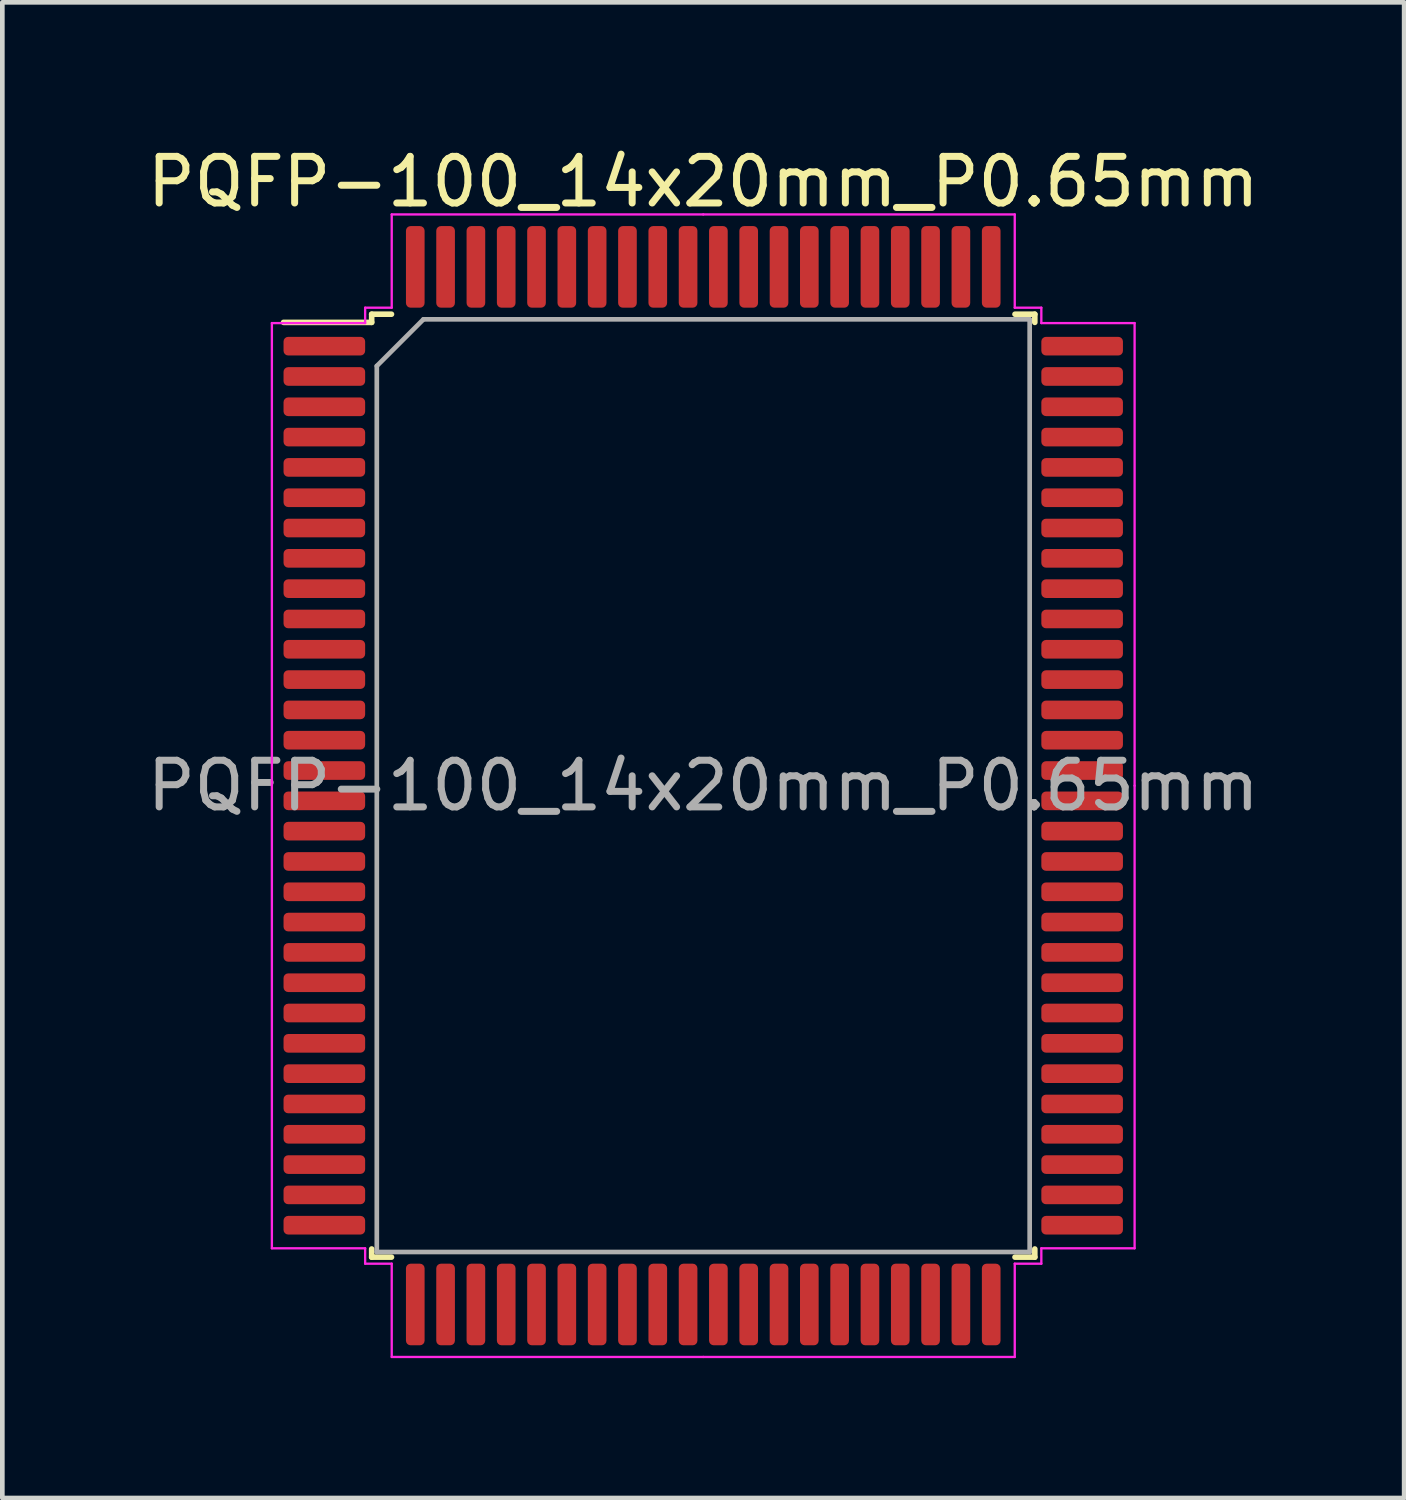
<source format=kicad_pcb>
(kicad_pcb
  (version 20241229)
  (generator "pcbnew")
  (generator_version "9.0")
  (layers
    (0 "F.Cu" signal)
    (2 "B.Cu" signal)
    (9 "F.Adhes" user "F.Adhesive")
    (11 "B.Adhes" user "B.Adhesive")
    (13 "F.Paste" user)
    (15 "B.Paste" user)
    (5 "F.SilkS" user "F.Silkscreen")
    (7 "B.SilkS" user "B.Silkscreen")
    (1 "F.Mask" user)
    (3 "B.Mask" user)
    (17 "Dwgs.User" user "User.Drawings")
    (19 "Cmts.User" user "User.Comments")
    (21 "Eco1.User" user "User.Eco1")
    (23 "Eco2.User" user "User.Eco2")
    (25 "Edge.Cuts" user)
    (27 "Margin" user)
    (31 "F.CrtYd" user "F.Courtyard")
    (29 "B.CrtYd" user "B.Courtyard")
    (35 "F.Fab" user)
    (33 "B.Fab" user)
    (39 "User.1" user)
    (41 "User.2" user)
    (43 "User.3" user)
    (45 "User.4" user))
  (footprint "PQFP-100_14x20mm_P0.65mm"
    (layer "F.Cu")
    (at 12.03 13.798)
    (property "Reference" "PQFP-100_14x20mm_P0.65mm" (at 0 -12.95 180) (layer "F.SilkS") (effects (font (size 1 1) (thickness 0.15))))
    (attr smd)
    (fp_line (start -7.11 -10.11) (end -7.11 -9.935) (stroke (width 0.12) (type solid)) (layer "F.SilkS"))
    (fp_line (start -7.11 -9.935) (end -9 -9.935) (stroke (width 0.12) (type solid)) (layer "F.SilkS"))
    (fp_line (start -7.11 10.11) (end -7.11 9.935) (stroke (width 0.12) (type solid)) (layer "F.SilkS"))
    (fp_line (start -6.685 -10.11) (end -7.11 -10.11) (stroke (width 0.12) (type solid)) (layer "F.SilkS"))
    (fp_line (start -6.685 10.11) (end -7.11 10.11) (stroke (width 0.12) (type solid)) (layer "F.SilkS"))
    (fp_line (start 6.685 -10.11) (end 7.11 -10.11) (stroke (width 0.12) (type solid)) (layer "F.SilkS"))
    (fp_line (start 6.685 10.11) (end 7.11 10.11) (stroke (width 0.12) (type solid)) (layer "F.SilkS"))
    (fp_line (start 7.11 -10.11) (end 7.11 -9.935) (stroke (width 0.12) (type solid)) (layer "F.SilkS"))
    (fp_line (start 7.11 10.11) (end 7.11 9.935) (stroke (width 0.12) (type solid)) (layer "F.SilkS"))
    (fp_line (start -9.25 -9.92) (end -9.25 0) (stroke (width 0.05) (type solid)) (layer "F.CrtYd"))
    (fp_line (start -9.25 9.92) (end -9.25 0) (stroke (width 0.05) (type solid)) (layer "F.CrtYd"))
    (fp_line (start -7.25 -10.25) (end -7.25 -9.92) (stroke (width 0.05) (type solid)) (layer "F.CrtYd"))
    (fp_line (start -7.25 -9.92) (end -9.25 -9.92) (stroke (width 0.05) (type solid)) (layer "F.CrtYd"))
    (fp_line (start -7.25 9.92) (end -9.25 9.92) (stroke (width 0.05) (type solid)) (layer "F.CrtYd"))
    (fp_line (start -7.25 10.25) (end -7.25 9.92) (stroke (width 0.05) (type solid)) (layer "F.CrtYd"))
    (fp_line (start -6.68 -12.25) (end -6.68 -10.25) (stroke (width 0.05) (type solid)) (layer "F.CrtYd"))
    (fp_line (start -6.68 -10.25) (end -7.25 -10.25) (stroke (width 0.05) (type solid)) (layer "F.CrtYd"))
    (fp_line (start -6.68 10.25) (end -7.25 10.25) (stroke (width 0.05) (type solid)) (layer "F.CrtYd"))
    (fp_line (start -6.68 12.25) (end -6.68 10.25) (stroke (width 0.05) (type solid)) (layer "F.CrtYd"))
    (fp_line (start 0 -12.25) (end -6.68 -12.25) (stroke (width 0.05) (type solid)) (layer "F.CrtYd"))
    (fp_line (start 0 -12.25) (end 6.68 -12.25) (stroke (width 0.05) (type solid)) (layer "F.CrtYd"))
    (fp_line (start 0 12.25) (end -6.68 12.25) (stroke (width 0.05) (type solid)) (layer "F.CrtYd"))
    (fp_line (start 0 12.25) (end 6.68 12.25) (stroke (width 0.05) (type solid)) (layer "F.CrtYd"))
    (fp_line (start 6.68 -12.25) (end 6.68 -10.25) (stroke (width 0.05) (type solid)) (layer "F.CrtYd"))
    (fp_line (start 6.68 -10.25) (end 7.25 -10.25) (stroke (width 0.05) (type solid)) (layer "F.CrtYd"))
    (fp_line (start 6.68 10.25) (end 7.25 10.25) (stroke (width 0.05) (type solid)) (layer "F.CrtYd"))
    (fp_line (start 6.68 12.25) (end 6.68 10.25) (stroke (width 0.05) (type solid)) (layer "F.CrtYd"))
    (fp_line (start 7.25 -10.25) (end 7.25 -9.92) (stroke (width 0.05) (type solid)) (layer "F.CrtYd"))
    (fp_line (start 7.25 -9.92) (end 9.25 -9.92) (stroke (width 0.05) (type solid)) (layer "F.CrtYd"))
    (fp_line (start 7.25 9.92) (end 9.25 9.92) (stroke (width 0.05) (type solid)) (layer "F.CrtYd"))
    (fp_line (start 7.25 10.25) (end 7.25 9.92) (stroke (width 0.05) (type solid)) (layer "F.CrtYd"))
    (fp_line (start 9.25 -9.92) (end 9.25 0) (stroke (width 0.05) (type solid)) (layer "F.CrtYd"))
    (fp_line (start 9.25 9.92) (end 9.25 0) (stroke (width 0.05) (type solid)) (layer "F.CrtYd"))
    (fp_line (start -7 -9) (end -6 -10) (stroke (width 0.1) (type solid)) (layer "F.Fab"))
    (fp_line (start -7 10) (end -7 -9) (stroke (width 0.1) (type solid)) (layer "F.Fab"))
    (fp_line (start -6 -10) (end 7 -10) (stroke (width 0.1) (type solid)) (layer "F.Fab"))
    (fp_line (start 7 -10) (end 7 10) (stroke (width 0.1) (type solid)) (layer "F.Fab"))
    (fp_line (start 7 10) (end -7 10) (stroke (width 0.1) (type solid)) (layer "F.Fab"))
    (fp_text user "${REFERENCE}" (at 0 0 180) (layer "F.Fab") (effects (font (size 1 1) (thickness 0.15))))
    (pad "1" smd roundrect (at -8.125 -9.425) (size 1.75 0.4) (layers "F.Cu" "F.Mask" "F.Paste") (roundrect_rratio 0.25))
    (pad "2" smd roundrect (at -8.125 -8.775) (size 1.75 0.4) (layers "F.Cu" "F.Mask" "F.Paste") (roundrect_rratio 0.25))
    (pad "3" smd roundrect (at -8.125 -8.125) (size 1.75 0.4) (layers "F.Cu" "F.Mask" "F.Paste") (roundrect_rratio 0.25))
    (pad "4" smd roundrect (at -8.125 -7.475) (size 1.75 0.4) (layers "F.Cu" "F.Mask" "F.Paste") (roundrect_rratio 0.25))
    (pad "5" smd roundrect (at -8.125 -6.825) (size 1.75 0.4) (layers "F.Cu" "F.Mask" "F.Paste") (roundrect_rratio 0.25))
    (pad "6" smd roundrect (at -8.125 -6.175) (size 1.75 0.4) (layers "F.Cu" "F.Mask" "F.Paste") (roundrect_rratio 0.25))
    (pad "7" smd roundrect (at -8.125 -5.525) (size 1.75 0.4) (layers "F.Cu" "F.Mask" "F.Paste") (roundrect_rratio 0.25))
    (pad "8" smd roundrect (at -8.125 -4.875) (size 1.75 0.4) (layers "F.Cu" "F.Mask" "F.Paste") (roundrect_rratio 0.25))
    (pad "9" smd roundrect (at -8.125 -4.225) (size 1.75 0.4) (layers "F.Cu" "F.Mask" "F.Paste") (roundrect_rratio 0.25))
    (pad "10" smd roundrect (at -8.125 -3.575) (size 1.75 0.4) (layers "F.Cu" "F.Mask" "F.Paste") (roundrect_rratio 0.25))
    (pad "11" smd roundrect (at -8.125 -2.925) (size 1.75 0.4) (layers "F.Cu" "F.Mask" "F.Paste") (roundrect_rratio 0.25))
    (pad "12" smd roundrect (at -8.125 -2.275) (size 1.75 0.4) (layers "F.Cu" "F.Mask" "F.Paste") (roundrect_rratio 0.25))
    (pad "13" smd roundrect (at -8.125 -1.625) (size 1.75 0.4) (layers "F.Cu" "F.Mask" "F.Paste") (roundrect_rratio 0.25))
    (pad "14" smd roundrect (at -8.125 -0.975) (size 1.75 0.4) (layers "F.Cu" "F.Mask" "F.Paste") (roundrect_rratio 0.25))
    (pad "15" smd roundrect (at -8.125 -0.325) (size 1.75 0.4) (layers "F.Cu" "F.Mask" "F.Paste") (roundrect_rratio 0.25))
    (pad "16" smd roundrect (at -8.125 0.325) (size 1.75 0.4) (layers "F.Cu" "F.Mask" "F.Paste") (roundrect_rratio 0.25))
    (pad "17" smd roundrect (at -8.125 0.975) (size 1.75 0.4) (layers "F.Cu" "F.Mask" "F.Paste") (roundrect_rratio 0.25))
    (pad "18" smd roundrect (at -8.125 1.625) (size 1.75 0.4) (layers "F.Cu" "F.Mask" "F.Paste") (roundrect_rratio 0.25))
    (pad "19" smd roundrect (at -8.125 2.275) (size 1.75 0.4) (layers "F.Cu" "F.Mask" "F.Paste") (roundrect_rratio 0.25))
    (pad "20" smd roundrect (at -8.125 2.925) (size 1.75 0.4) (layers "F.Cu" "F.Mask" "F.Paste") (roundrect_rratio 0.25))
    (pad "21" smd roundrect (at -8.125 3.575) (size 1.75 0.4) (layers "F.Cu" "F.Mask" "F.Paste") (roundrect_rratio 0.25))
    (pad "22" smd roundrect (at -8.125 4.225) (size 1.75 0.4) (layers "F.Cu" "F.Mask" "F.Paste") (roundrect_rratio 0.25))
    (pad "23" smd roundrect (at -8.125 4.875) (size 1.75 0.4) (layers "F.Cu" "F.Mask" "F.Paste") (roundrect_rratio 0.25))
    (pad "24" smd roundrect (at -8.125 5.525) (size 1.75 0.4) (layers "F.Cu" "F.Mask" "F.Paste") (roundrect_rratio 0.25))
    (pad "25" smd roundrect (at -8.125 6.175) (size 1.75 0.4) (layers "F.Cu" "F.Mask" "F.Paste") (roundrect_rratio 0.25))
    (pad "26" smd roundrect (at -8.125 6.825) (size 1.75 0.4) (layers "F.Cu" "F.Mask" "F.Paste") (roundrect_rratio 0.25))
    (pad "27" smd roundrect (at -8.125 7.475) (size 1.75 0.4) (layers "F.Cu" "F.Mask" "F.Paste") (roundrect_rratio 0.25))
    (pad "28" smd roundrect (at -8.125 8.125) (size 1.75 0.4) (layers "F.Cu" "F.Mask" "F.Paste") (roundrect_rratio 0.25))
    (pad "29" smd roundrect (at -8.125 8.775) (size 1.75 0.4) (layers "F.Cu" "F.Mask" "F.Paste") (roundrect_rratio 0.25))
    (pad "30" smd roundrect (at -8.125 9.425) (size 1.75 0.4) (layers "F.Cu" "F.Mask" "F.Paste") (roundrect_rratio 0.25))
    (pad "31" smd roundrect (at -6.175 11.125) (size 0.4 1.75) (layers "F.Cu" "F.Mask" "F.Paste") (roundrect_rratio 0.25))
    (pad "32" smd roundrect (at -5.525 11.125) (size 0.4 1.75) (layers "F.Cu" "F.Mask" "F.Paste") (roundrect_rratio 0.25))
    (pad "33" smd roundrect (at -4.875 11.125) (size 0.4 1.75) (layers "F.Cu" "F.Mask" "F.Paste") (roundrect_rratio 0.25))
    (pad "34" smd roundrect (at -4.225 11.125) (size 0.4 1.75) (layers "F.Cu" "F.Mask" "F.Paste") (roundrect_rratio 0.25))
    (pad "35" smd roundrect (at -3.575 11.125) (size 0.4 1.75) (layers "F.Cu" "F.Mask" "F.Paste") (roundrect_rratio 0.25))
    (pad "36" smd roundrect (at -2.925 11.125) (size 0.4 1.75) (layers "F.Cu" "F.Mask" "F.Paste") (roundrect_rratio 0.25))
    (pad "37" smd roundrect (at -2.275 11.125) (size 0.4 1.75) (layers "F.Cu" "F.Mask" "F.Paste") (roundrect_rratio 0.25))
    (pad "38" smd roundrect (at -1.625 11.125) (size 0.4 1.75) (layers "F.Cu" "F.Mask" "F.Paste") (roundrect_rratio 0.25))
    (pad "39" smd roundrect (at -0.975 11.125) (size 0.4 1.75) (layers "F.Cu" "F.Mask" "F.Paste") (roundrect_rratio 0.25))
    (pad "40" smd roundrect (at -0.325 11.125) (size 0.4 1.75) (layers "F.Cu" "F.Mask" "F.Paste") (roundrect_rratio 0.25))
    (pad "41" smd roundrect (at 0.325 11.125) (size 0.4 1.75) (layers "F.Cu" "F.Mask" "F.Paste") (roundrect_rratio 0.25))
    (pad "42" smd roundrect (at 0.975 11.125) (size 0.4 1.75) (layers "F.Cu" "F.Mask" "F.Paste") (roundrect_rratio 0.25))
    (pad "43" smd roundrect (at 1.625 11.125) (size 0.4 1.75) (layers "F.Cu" "F.Mask" "F.Paste") (roundrect_rratio 0.25))
    (pad "44" smd roundrect (at 2.275 11.125) (size 0.4 1.75) (layers "F.Cu" "F.Mask" "F.Paste") (roundrect_rratio 0.25))
    (pad "45" smd roundrect (at 2.925 11.125) (size 0.4 1.75) (layers "F.Cu" "F.Mask" "F.Paste") (roundrect_rratio 0.25))
    (pad "46" smd roundrect (at 3.575 11.125) (size 0.4 1.75) (layers "F.Cu" "F.Mask" "F.Paste") (roundrect_rratio 0.25))
    (pad "47" smd roundrect (at 4.225 11.125) (size 0.4 1.75) (layers "F.Cu" "F.Mask" "F.Paste") (roundrect_rratio 0.25))
    (pad "48" smd roundrect (at 4.875 11.125) (size 0.4 1.75) (layers "F.Cu" "F.Mask" "F.Paste") (roundrect_rratio 0.25))
    (pad "49" smd roundrect (at 5.525 11.125) (size 0.4 1.75) (layers "F.Cu" "F.Mask" "F.Paste") (roundrect_rratio 0.25))
    (pad "50" smd roundrect (at 6.175 11.125) (size 0.4 1.75) (layers "F.Cu" "F.Mask" "F.Paste") (roundrect_rratio 0.25))
    (pad "51" smd roundrect (at 8.125 9.425) (size 1.75 0.4) (layers "F.Cu" "F.Mask" "F.Paste") (roundrect_rratio 0.25))
    (pad "52" smd roundrect (at 8.125 8.775) (size 1.75 0.4) (layers "F.Cu" "F.Mask" "F.Paste") (roundrect_rratio 0.25))
    (pad "53" smd roundrect (at 8.125 8.125) (size 1.75 0.4) (layers "F.Cu" "F.Mask" "F.Paste") (roundrect_rratio 0.25))
    (pad "54" smd roundrect (at 8.125 7.475) (size 1.75 0.4) (layers "F.Cu" "F.Mask" "F.Paste") (roundrect_rratio 0.25))
    (pad "55" smd roundrect (at 8.125 6.825) (size 1.75 0.4) (layers "F.Cu" "F.Mask" "F.Paste") (roundrect_rratio 0.25))
    (pad "56" smd roundrect (at 8.125 6.175) (size 1.75 0.4) (layers "F.Cu" "F.Mask" "F.Paste") (roundrect_rratio 0.25))
    (pad "57" smd roundrect (at 8.125 5.525) (size 1.75 0.4) (layers "F.Cu" "F.Mask" "F.Paste") (roundrect_rratio 0.25))
    (pad "58" smd roundrect (at 8.125 4.875) (size 1.75 0.4) (layers "F.Cu" "F.Mask" "F.Paste") (roundrect_rratio 0.25))
    (pad "59" smd roundrect (at 8.125 4.225) (size 1.75 0.4) (layers "F.Cu" "F.Mask" "F.Paste") (roundrect_rratio 0.25))
    (pad "60" smd roundrect (at 8.125 3.575) (size 1.75 0.4) (layers "F.Cu" "F.Mask" "F.Paste") (roundrect_rratio 0.25))
    (pad "61" smd roundrect (at 8.125 2.925) (size 1.75 0.4) (layers "F.Cu" "F.Mask" "F.Paste") (roundrect_rratio 0.25))
    (pad "62" smd roundrect (at 8.125 2.275) (size 1.75 0.4) (layers "F.Cu" "F.Mask" "F.Paste") (roundrect_rratio 0.25))
    (pad "63" smd roundrect (at 8.125 1.625) (size 1.75 0.4) (layers "F.Cu" "F.Mask" "F.Paste") (roundrect_rratio 0.25))
    (pad "64" smd roundrect (at 8.125 0.975) (size 1.75 0.4) (layers "F.Cu" "F.Mask" "F.Paste") (roundrect_rratio 0.25))
    (pad "65" smd roundrect (at 8.125 0.325) (size 1.75 0.4) (layers "F.Cu" "F.Mask" "F.Paste") (roundrect_rratio 0.25))
    (pad "66" smd roundrect (at 8.125 -0.325) (size 1.75 0.4) (layers "F.Cu" "F.Mask" "F.Paste") (roundrect_rratio 0.25))
    (pad "67" smd roundrect (at 8.125 -0.975) (size 1.75 0.4) (layers "F.Cu" "F.Mask" "F.Paste") (roundrect_rratio 0.25))
    (pad "68" smd roundrect (at 8.125 -1.625) (size 1.75 0.4) (layers "F.Cu" "F.Mask" "F.Paste") (roundrect_rratio 0.25))
    (pad "69" smd roundrect (at 8.125 -2.275) (size 1.75 0.4) (layers "F.Cu" "F.Mask" "F.Paste") (roundrect_rratio 0.25))
    (pad "70" smd roundrect (at 8.125 -2.925) (size 1.75 0.4) (layers "F.Cu" "F.Mask" "F.Paste") (roundrect_rratio 0.25))
    (pad "71" smd roundrect (at 8.125 -3.575) (size 1.75 0.4) (layers "F.Cu" "F.Mask" "F.Paste") (roundrect_rratio 0.25))
    (pad "72" smd roundrect (at 8.125 -4.225) (size 1.75 0.4) (layers "F.Cu" "F.Mask" "F.Paste") (roundrect_rratio 0.25))
    (pad "73" smd roundrect (at 8.125 -4.875) (size 1.75 0.4) (layers "F.Cu" "F.Mask" "F.Paste") (roundrect_rratio 0.25))
    (pad "74" smd roundrect (at 8.125 -5.525) (size 1.75 0.4) (layers "F.Cu" "F.Mask" "F.Paste") (roundrect_rratio 0.25))
    (pad "75" smd roundrect (at 8.125 -6.175) (size 1.75 0.4) (layers "F.Cu" "F.Mask" "F.Paste") (roundrect_rratio 0.25))
    (pad "76" smd roundrect (at 8.125 -6.825) (size 1.75 0.4) (layers "F.Cu" "F.Mask" "F.Paste") (roundrect_rratio 0.25))
    (pad "77" smd roundrect (at 8.125 -7.475) (size 1.75 0.4) (layers "F.Cu" "F.Mask" "F.Paste") (roundrect_rratio 0.25))
    (pad "78" smd roundrect (at 8.125 -8.125) (size 1.75 0.4) (layers "F.Cu" "F.Mask" "F.Paste") (roundrect_rratio 0.25))
    (pad "79" smd roundrect (at 8.125 -8.775) (size 1.75 0.4) (layers "F.Cu" "F.Mask" "F.Paste") (roundrect_rratio 0.25))
    (pad "80" smd roundrect (at 8.125 -9.425) (size 1.75 0.4) (layers "F.Cu" "F.Mask" "F.Paste") (roundrect_rratio 0.25))
    (pad "81" smd roundrect (at 6.175 -11.125) (size 0.4 1.75) (layers "F.Cu" "F.Mask" "F.Paste") (roundrect_rratio 0.25))
    (pad "82" smd roundrect (at 5.525 -11.125) (size 0.4 1.75) (layers "F.Cu" "F.Mask" "F.Paste") (roundrect_rratio 0.25))
    (pad "83" smd roundrect (at 4.875 -11.125) (size 0.4 1.75) (layers "F.Cu" "F.Mask" "F.Paste") (roundrect_rratio 0.25))
    (pad "84" smd roundrect (at 4.225 -11.125) (size 0.4 1.75) (layers "F.Cu" "F.Mask" "F.Paste") (roundrect_rratio 0.25))
    (pad "85" smd roundrect (at 3.575 -11.125) (size 0.4 1.75) (layers "F.Cu" "F.Mask" "F.Paste") (roundrect_rratio 0.25))
    (pad "86" smd roundrect (at 2.925 -11.125) (size 0.4 1.75) (layers "F.Cu" "F.Mask" "F.Paste") (roundrect_rratio 0.25))
    (pad "87" smd roundrect (at 2.275 -11.125) (size 0.4 1.75) (layers "F.Cu" "F.Mask" "F.Paste") (roundrect_rratio 0.25))
    (pad "88" smd roundrect (at 1.625 -11.125) (size 0.4 1.75) (layers "F.Cu" "F.Mask" "F.Paste") (roundrect_rratio 0.25))
    (pad "89" smd roundrect (at 0.975 -11.125) (size 0.4 1.75) (layers "F.Cu" "F.Mask" "F.Paste") (roundrect_rratio 0.25))
    (pad "90" smd roundrect (at 0.325 -11.125) (size 0.4 1.75) (layers "F.Cu" "F.Mask" "F.Paste") (roundrect_rratio 0.25))
    (pad "91" smd roundrect (at -0.325 -11.125) (size 0.4 1.75) (layers "F.Cu" "F.Mask" "F.Paste") (roundrect_rratio 0.25))
    (pad "92" smd roundrect (at -0.975 -11.125) (size 0.4 1.75) (layers "F.Cu" "F.Mask" "F.Paste") (roundrect_rratio 0.25))
    (pad "93" smd roundrect (at -1.625 -11.125) (size 0.4 1.75) (layers "F.Cu" "F.Mask" "F.Paste") (roundrect_rratio 0.25))
    (pad "94" smd roundrect (at -2.275 -11.125) (size 0.4 1.75) (layers "F.Cu" "F.Mask" "F.Paste") (roundrect_rratio 0.25))
    (pad "95" smd roundrect (at -2.925 -11.125) (size 0.4 1.75) (layers "F.Cu" "F.Mask" "F.Paste") (roundrect_rratio 0.25))
    (pad "96" smd roundrect (at -3.575 -11.125) (size 0.4 1.75) (layers "F.Cu" "F.Mask" "F.Paste") (roundrect_rratio 0.25))
    (pad "97" smd roundrect (at -4.225 -11.125) (size 0.4 1.75) (layers "F.Cu" "F.Mask" "F.Paste") (roundrect_rratio 0.25))
    (pad "98" smd roundrect (at -4.875 -11.125) (size 0.4 1.75) (layers "F.Cu" "F.Mask" "F.Paste") (roundrect_rratio 0.25))
    (pad "99" smd roundrect (at -5.525 -11.125) (size 0.4 1.75) (layers "F.Cu" "F.Mask" "F.Paste") (roundrect_rratio 0.25))
    (pad "100" smd roundrect (at -6.175 -11.125) (size 0.4 1.75) (layers "F.Cu" "F.Mask" "F.Paste") (roundrect_rratio 0.25)))
  (gr_rect
    (start -3 -3)
    (end 27.06 29.073)
    (stroke (width 0.1) (type default))
    (fill no)
    (layer "Edge.Cuts")))
</source>
